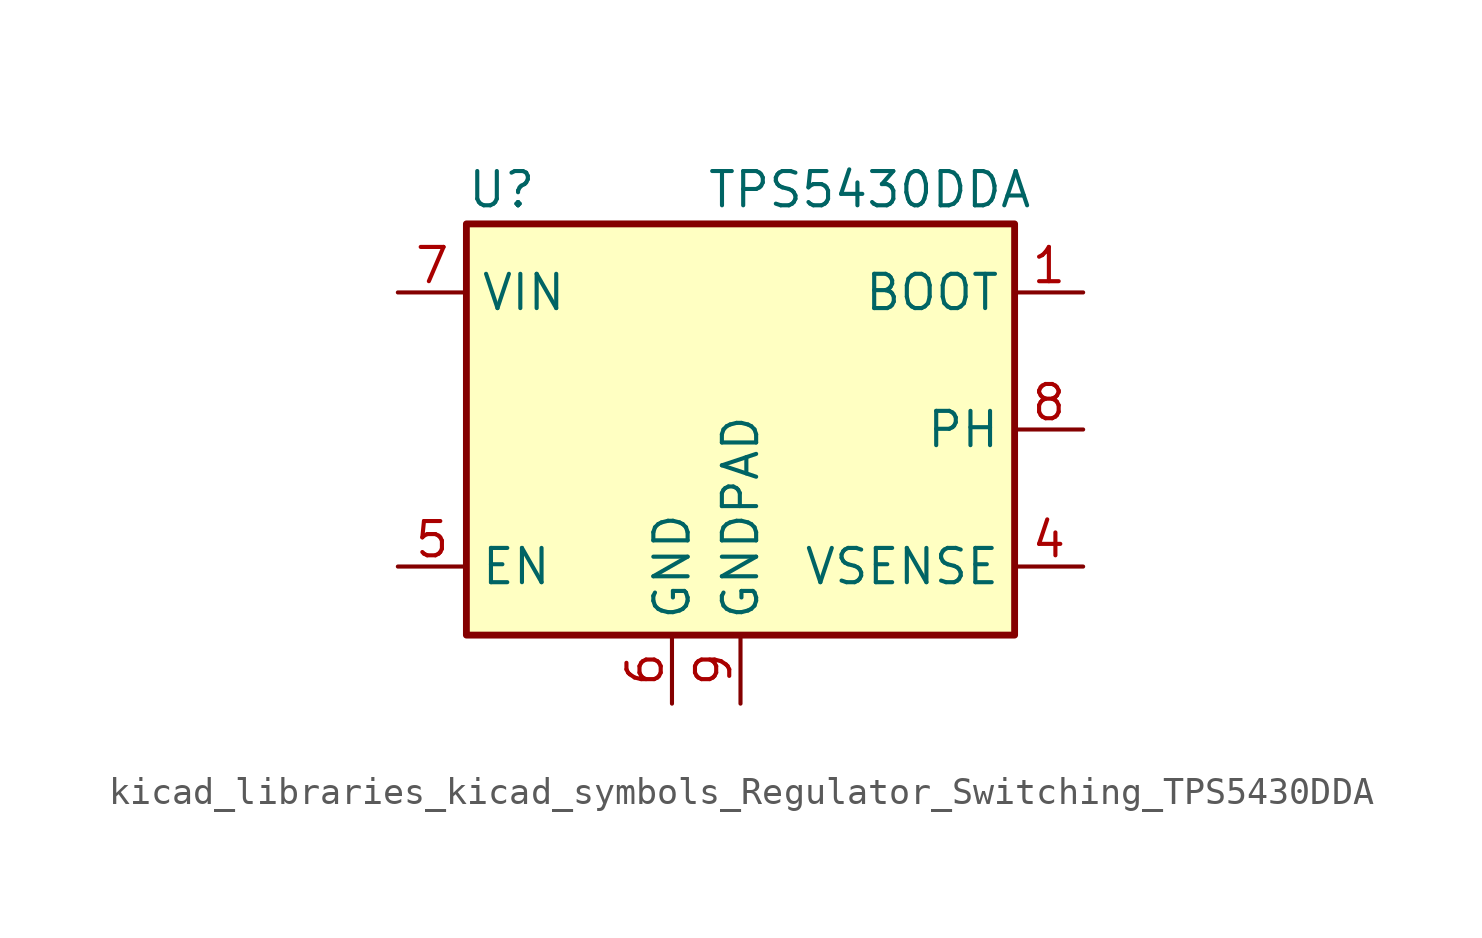
<source format=kicad_sym>
(kicad_symbol_lib
  (version 20220914)
  (generator kicad_symbol_editor)
  (symbol "kicad_libraries_kicad_symbols_Regulator_Switching_TPS5430DDA"
    (property "Reference" "U"
      (at -10.16 8.89 0)
      (effects (font (size 1.27 1.27)) (justify left)))
    (property "Value" "TPS5430DDA"
      (at -1.27 8.89 0)
      (effects (font (size 1.27 1.27)) (justify left)))
    (symbol "kicad_libraries_kicad_symbols_Regulator_Switching_TPS5430DDA_0_1"
      (rectangle (start -10.16 7.62) (end 10.16 -7.62) (stroke (width 0.254) (type default)) (fill (type background))))
    (symbol "kicad_libraries_kicad_symbols_Regulator_Switching_TPS5430DDA_1_1"
      (pin input line (at 12.7 5.08 180) (length 2.54) (name "BOOT" (effects (font (size 1.27 1.27)))) (number "1" (effects (font (size 1.27 1.27)))))
      (pin no_connect line (at -10.16 2.54 0) (length 2.54) hide (name "NC" (effects (font (size 1.27 1.27)))) (number "2" (effects (font (size 1.27 1.27)))))
      (pin no_connect line (at -10.16 -2.54 0) (length 2.54) hide (name "NC" (effects (font (size 1.27 1.27)))) (number "3" (effects (font (size 1.27 1.27)))))
      (pin input line (at 12.7 -5.08 180) (length 2.54) (name "VSENSE" (effects (font (size 1.27 1.27)))) (number "4" (effects (font (size 1.27 1.27)))))
      (pin input line (at -12.7 -5.08 0) (length 2.54) (name "EN" (effects (font (size 1.27 1.27)))) (number "5" (effects (font (size 1.27 1.27)))))
      (pin power_in line (at -2.54 -10.16 90) (length 2.54) (name "GND" (effects (font (size 1.27 1.27)))) (number "6" (effects (font (size 1.27 1.27)))))
      (pin power_in line (at -12.7 5.08 0) (length 2.54) (name "VIN" (effects (font (size 1.27 1.27)))) (number "7" (effects (font (size 1.27 1.27)))))
      (pin output line (at 12.7 0 180) (length 2.54) (name "PH" (effects (font (size 1.27 1.27)))) (number "8" (effects (font (size 1.27 1.27)))))
      (pin power_in line (at 0 -10.16 90) (length 2.54) (name "GNDPAD" (effects (font (size 1.27 1.27)))) (number "9" (effects (font (size 1.27 1.27))))))))
</source>
